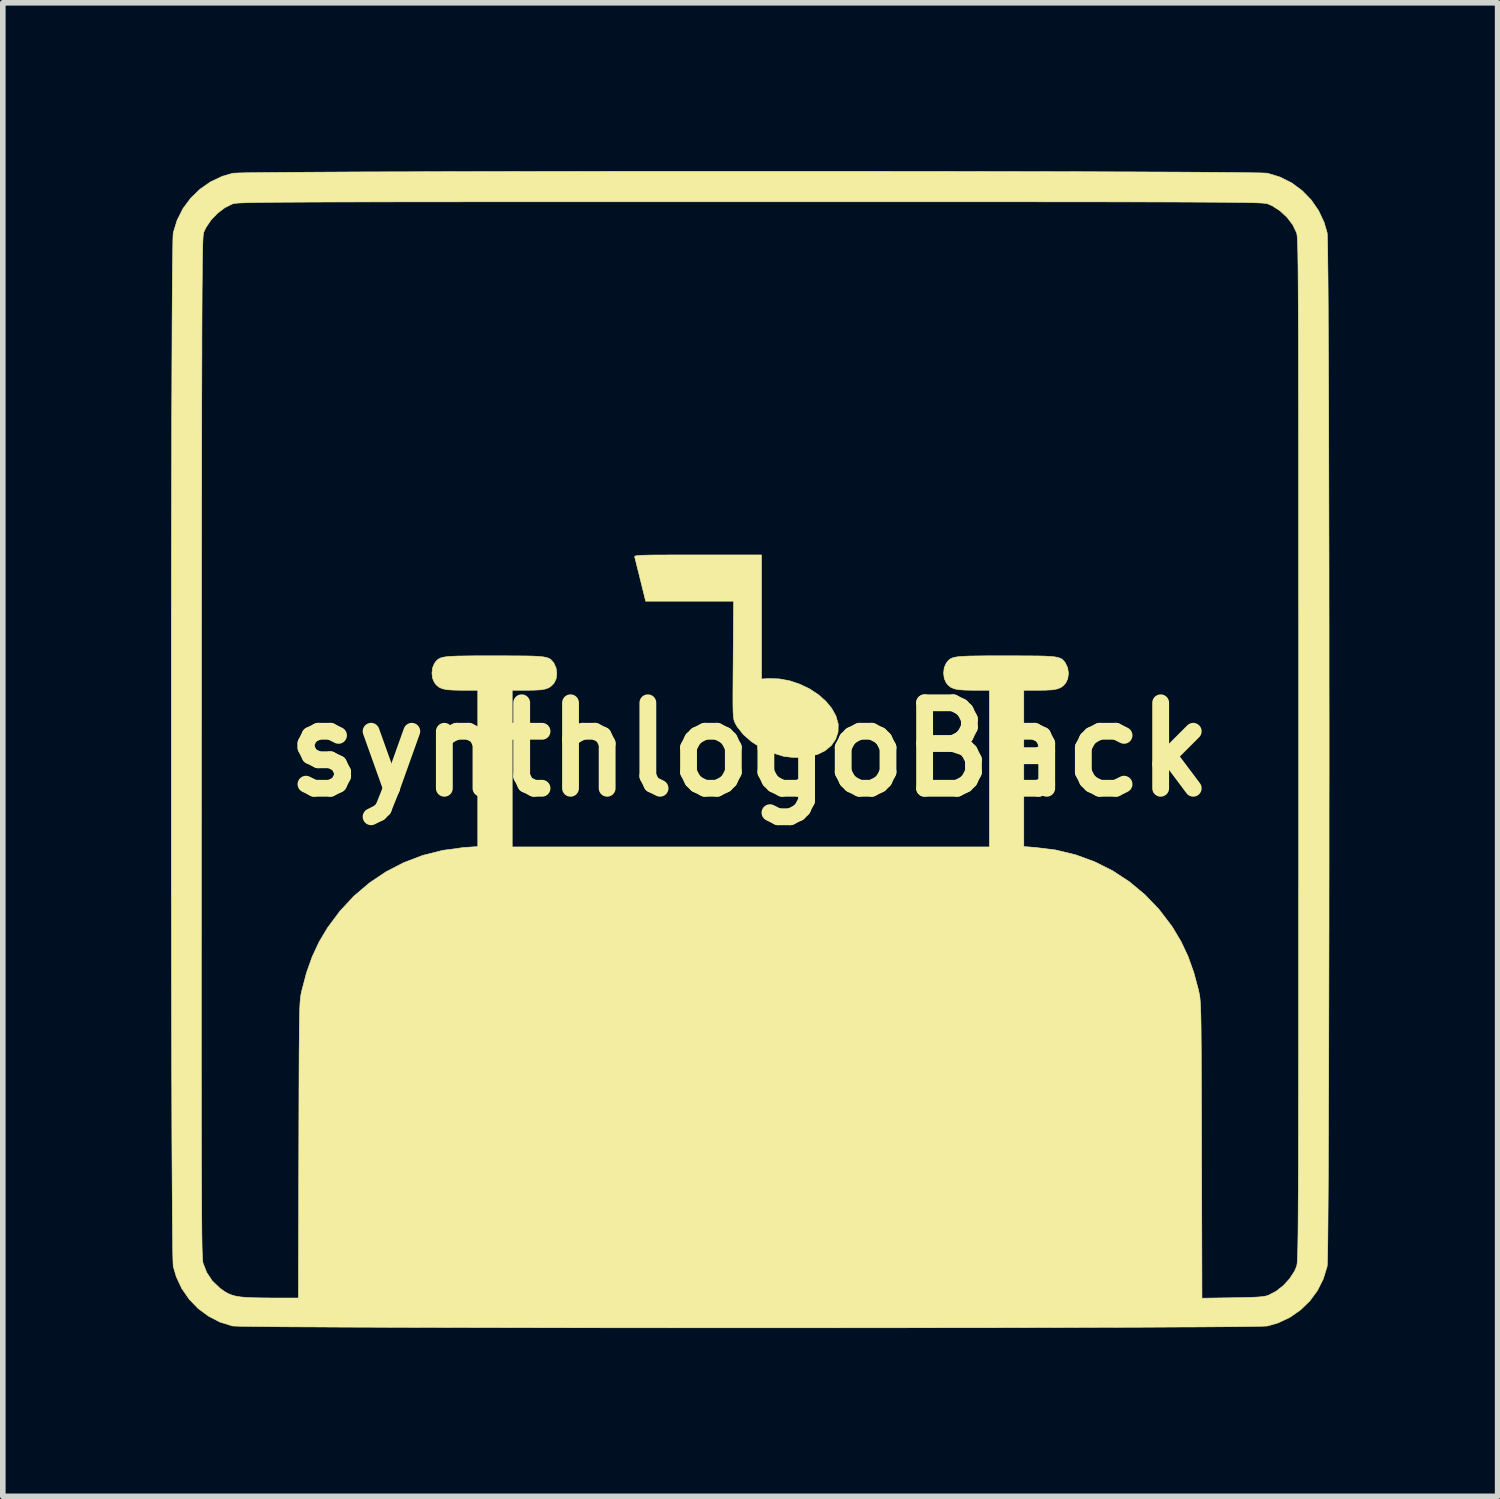
<source format=kicad_pcb>
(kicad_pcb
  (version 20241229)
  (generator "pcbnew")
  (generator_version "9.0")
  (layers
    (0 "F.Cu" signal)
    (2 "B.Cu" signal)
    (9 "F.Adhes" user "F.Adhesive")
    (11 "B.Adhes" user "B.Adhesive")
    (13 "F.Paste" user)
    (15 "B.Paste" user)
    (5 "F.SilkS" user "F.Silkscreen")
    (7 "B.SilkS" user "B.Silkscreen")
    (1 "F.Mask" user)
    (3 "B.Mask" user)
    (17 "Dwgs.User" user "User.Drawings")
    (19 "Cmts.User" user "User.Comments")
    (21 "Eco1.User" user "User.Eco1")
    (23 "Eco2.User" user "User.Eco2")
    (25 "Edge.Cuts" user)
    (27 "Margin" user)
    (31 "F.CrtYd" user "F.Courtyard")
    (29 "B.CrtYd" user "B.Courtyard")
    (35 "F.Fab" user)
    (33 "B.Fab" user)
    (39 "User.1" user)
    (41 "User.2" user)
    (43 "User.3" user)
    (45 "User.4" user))
  (footprint "synthlogoBack"
    (layer "F.Cu")
    (at 10.316 10.316)
    (property "Reference" "synthlogoBack" (at 0 0 0) (layer "F.SilkS") (effects (font (size 1.524 1.524) (thickness 0.3))))
    (attr through_hole)
    (fp_poly (pts (xy 0.212 -2.365) (xy 0.212 -1.259) (xy 0.34 -1.267) (xy 0.527 -1.261) (xy 0.715 -1.227) (xy 0.896 -1.166) (xy 1.068 -1.084) (xy 1.223 -0.982) (xy 1.357 -0.865) (xy 1.464 -0.736) (xy 1.54 -0.598) (xy 1.58 -0.455) (xy 1.58 -0.448) (xy 1.577 -0.311) (xy 1.534 -0.184) (xy 1.456 -0.072) (xy 1.345 0.02) (xy 1.217 0.083) (xy 1.085 0.118) (xy 0.93 0.138) (xy 0.772 0.139) (xy 0.627 0.123) (xy 0.603 0.118) (xy 0.396 0.055) (xy 0.204 -0.033) (xy 0.033 -0.142) (xy -0.11 -0.268) (xy -0.22 -0.406) (xy -0.254 -0.465) (xy -0.264 -0.487) (xy -0.273 -0.508) (xy -0.28 -0.534) (xy -0.286 -0.567) (xy -0.29 -0.611) (xy -0.294 -0.671) (xy -0.296 -0.75) (xy -0.297 -0.852) (xy -0.297 -0.981) (xy -0.296 -1.14) (xy -0.295 -1.333) (xy -0.293 -1.564) (xy -0.293 -1.601) (xy -0.286 -2.646) (xy -1.07 -2.646) (xy -1.853 -2.646) (xy -1.946 -3.022) (xy -1.976 -3.144) (xy -2.004 -3.254) (xy -2.026 -3.344) (xy -2.042 -3.407) (xy -2.049 -3.434) (xy -2.049 -3.442) (xy -2.043 -3.449) (xy -2.027 -3.455) (xy -1.998 -3.459) (xy -1.953 -3.463) (xy -1.889 -3.466) (xy -1.801 -3.468) (xy -1.688 -3.47) (xy -1.545 -3.47) (xy -1.37 -3.471) (xy -1.158 -3.471) (xy -0.923 -3.471) (xy 0.212 -3.471) (xy 0.212 -2.365)) (stroke (width 0.01) (type solid)) (fill yes) (layer "F.SilkS"))
    (fp_poly (pts (xy 0.495 -10.311) (xy 1.038 -10.311) (xy 1.578 -10.311) (xy 2.113 -10.311) (xy 2.641 -10.31) (xy 3.161 -10.31) (xy 3.671 -10.309) (xy 4.169 -10.308) (xy 4.655 -10.307) (xy 5.125 -10.306) (xy 5.578 -10.305) (xy 6.013 -10.304) (xy 6.428 -10.302) (xy 6.822 -10.301) (xy 7.192 -10.299) (xy 7.537 -10.298) (xy 7.855 -10.296) (xy 8.144 -10.294) (xy 8.404 -10.292) (xy 8.631 -10.29) (xy 8.825 -10.287) (xy 8.984 -10.285) (xy 9.106 -10.283) (xy 9.189 -10.28) (xy 9.232 -10.277) (xy 9.236 -10.277) (xy 9.46 -10.208) (xy 9.667 -10.104) (xy 9.853 -9.966) (xy 10.014 -9.801) (xy 10.145 -9.611) (xy 10.244 -9.401) (xy 10.298 -9.215) (xy 10.301 -9.181) (xy 10.303 -9.106) (xy 10.306 -8.993) (xy 10.308 -8.842) (xy 10.31 -8.656) (xy 10.313 -8.435) (xy 10.315 -8.183) (xy 10.317 -7.9) (xy 10.318 -7.588) (xy 10.32 -7.249) (xy 10.322 -6.884) (xy 10.323 -6.496) (xy 10.325 -6.085) (xy 10.326 -5.655) (xy 10.327 -5.205) (xy 10.328 -4.738) (xy 10.329 -4.257) (xy 10.33 -3.761) (xy 10.331 -3.254) (xy 10.331 -2.736) (xy 10.332 -2.209) (xy 10.332 -1.676) (xy 10.332 -1.138) (xy 10.333 -0.595) (xy 10.333 -0.052) (xy 10.333 0.492) (xy 10.332 1.035) (xy 10.332 1.574) (xy 10.332 2.109) (xy 10.331 2.637) (xy 10.331 3.156) (xy 10.33 3.666) (xy 10.329 4.164) (xy 10.328 4.648) (xy 10.327 5.118) (xy 10.326 5.571) (xy 10.325 6.005) (xy 10.323 6.42) (xy 10.322 6.812) (xy 10.32 7.181) (xy 10.319 7.525) (xy 10.317 7.843) (xy 10.315 8.131) (xy 10.313 8.39) (xy 10.311 8.616) (xy 10.309 8.809) (xy 10.306 8.967) (xy 10.304 9.088) (xy 10.301 9.17) (xy 10.298 9.212) (xy 10.298 9.215) (xy 10.229 9.439) (xy 10.125 9.646) (xy 9.988 9.832) (xy 9.822 9.992) (xy 9.633 10.124) (xy 9.422 10.223) (xy 9.236 10.277) (xy 9.203 10.279) (xy 9.128 10.282) (xy 9.015 10.284) (xy 8.865 10.287) (xy 8.679 10.289) (xy 8.459 10.291) (xy 8.207 10.293) (xy 7.924 10.295) (xy 7.613 10.296) (xy 7.274 10.298) (xy 6.91 10.3) (xy 6.522 10.301) (xy 6.112 10.302) (xy 5.682 10.304) (xy 5.233 10.305) (xy 4.766 10.306) (xy 4.285 10.307) (xy 3.789 10.307) (xy 3.282 10.308) (xy 2.764 10.309) (xy 2.238 10.309) (xy 1.704 10.309) (xy 1.166 10.31) (xy 0.624 10.31) (xy 0.08 10.31) (xy -0.465 10.31) (xy -1.008 10.31) (xy -1.547 10.309) (xy -2.082 10.309) (xy -2.611 10.309) (xy -3.131 10.308) (xy -3.641 10.307) (xy -4.14 10.306) (xy -4.626 10.305) (xy -5.096 10.304) (xy -5.55 10.303) (xy -5.986 10.302) (xy -6.402 10.301) (xy -6.796 10.299) (xy -7.167 10.298) (xy -7.512 10.296) (xy -7.831 10.294) (xy -8.122 10.293) (xy -8.382 10.291) (xy -8.611 10.288) (xy -8.806 10.286) (xy -8.967 10.284) (xy -9.09 10.282) (xy -9.175 10.279) (xy -9.22 10.277) (xy -9.225 10.276) (xy -9.446 10.207) (xy -9.65 10.101) (xy -9.835 9.964) (xy -9.994 9.798) (xy -10.125 9.608) (xy -10.223 9.399) (xy -10.277 9.215) (xy -10.279 9.181) (xy -10.282 9.106) (xy -10.285 8.993) (xy -10.287 8.842) (xy -10.289 8.656) (xy -10.291 8.435) (xy -10.293 8.183) (xy -10.295 7.9) (xy -10.297 7.588) (xy -10.299 7.249) (xy -10.301 6.884) (xy -10.302 6.496) (xy -10.303 6.085) (xy -10.305 5.655) (xy -10.306 5.205) (xy -10.307 4.814) (xy -9.776 4.814) (xy -9.776 5.262) (xy -9.776 5.678) (xy -9.775 6.064) (xy -9.775 6.42) (xy -9.775 6.748) (xy -9.774 7.048) (xy -9.774 7.323) (xy -9.773 7.573) (xy -9.772 7.799) (xy -9.771 8.003) (xy -9.77 8.185) (xy -9.769 8.348) (xy -9.768 8.491) (xy -9.767 8.617) (xy -9.765 8.726) (xy -9.764 8.82) (xy -9.762 8.899) (xy -9.76 8.965) (xy -9.758 9.02) (xy -9.756 9.064) (xy -9.754 9.098) (xy -9.751 9.124) (xy -9.749 9.142) (xy -9.747 9.153) (xy -9.682 9.321) (xy -9.581 9.473) (xy -9.446 9.603) (xy -9.354 9.668) (xy -9.296 9.7) (xy -9.235 9.725) (xy -9.164 9.745) (xy -9.079 9.759) (xy -8.972 9.768) (xy -8.839 9.774) (xy -8.673 9.777) (xy -8.547 9.778) (xy -8.045 9.779) (xy -8.038 7.138) (xy -8.037 6.75) (xy -8.036 6.401) (xy -8.035 6.09) (xy -8.034 5.814) (xy -8.033 5.571) (xy -8.032 5.358) (xy -8.03 5.174) (xy -8.029 5.016) (xy -8.027 4.881) (xy -8.025 4.767) (xy -8.023 4.672) (xy -8.02 4.593) (xy -8.017 4.528) (xy -8.013 4.475) (xy -8.009 4.432) (xy -8.004 4.395) (xy -7.999 4.363) (xy -7.993 4.333) (xy -7.986 4.303) (xy -7.984 4.294) (xy -7.9 3.976) (xy -7.798 3.69) (xy -7.675 3.427) (xy -7.527 3.179) (xy -7.525 3.176) (xy -7.303 2.878) (xy -7.054 2.611) (xy -6.78 2.378) (xy -6.482 2.178) (xy -6.164 2.014) (xy -5.828 1.886) (xy -5.475 1.797) (xy -5.108 1.747) (xy -5.056 1.743) (xy -4.847 1.729) (xy -4.847 -1.058) (xy -5.138 -1.058) (xy -5.281 -1.061) (xy -5.39 -1.068) (xy -5.471 -1.084) (xy -5.532 -1.109) (xy -5.579 -1.146) (xy -5.618 -1.192) (xy -5.652 -1.269) (xy -5.664 -1.363) (xy -5.653 -1.458) (xy -5.62 -1.536) (xy -5.618 -1.538) (xy -5.595 -1.57) (xy -5.571 -1.596) (xy -5.544 -1.617) (xy -5.509 -1.634) (xy -5.462 -1.647) (xy -5.399 -1.657) (xy -5.317 -1.663) (xy -5.211 -1.668) (xy -5.077 -1.67) (xy -4.912 -1.672) (xy -4.711 -1.672) (xy -4.555 -1.672) (xy -4.327 -1.672) (xy -4.138 -1.671) (xy -3.982 -1.67) (xy -3.857 -1.667) (xy -3.759 -1.661) (xy -3.683 -1.654) (xy -3.626 -1.643) (xy -3.584 -1.629) (xy -3.552 -1.612) (xy -3.527 -1.589) (xy -3.505 -1.562) (xy -3.49 -1.542) (xy -3.451 -1.457) (xy -3.438 -1.358) (xy -3.45 -1.262) (xy -3.483 -1.192) (xy -3.527 -1.142) (xy -3.577 -1.105) (xy -3.641 -1.081) (xy -3.727 -1.066) (xy -3.842 -1.06) (xy -3.953 -1.058) (xy -4.233 -1.058) (xy -4.233 1.736) (xy 4.276 1.736) (xy 4.276 -1.058) (xy 3.985 -1.058) (xy 3.841 -1.061) (xy 3.733 -1.068) (xy 3.652 -1.084) (xy 3.591 -1.109) (xy 3.543 -1.146) (xy 3.505 -1.192) (xy 3.471 -1.269) (xy 3.459 -1.363) (xy 3.47 -1.458) (xy 3.503 -1.536) (xy 3.505 -1.538) (xy 3.528 -1.57) (xy 3.552 -1.596) (xy 3.579 -1.617) (xy 3.614 -1.634) (xy 3.661 -1.647) (xy 3.723 -1.657) (xy 3.806 -1.663) (xy 3.912 -1.668) (xy 4.045 -1.67) (xy 4.211 -1.672) (xy 4.412 -1.672) (xy 4.567 -1.672) (xy 4.795 -1.672) (xy 4.985 -1.671) (xy 5.141 -1.67) (xy 5.265 -1.667) (xy 5.364 -1.661) (xy 5.439 -1.654) (xy 5.497 -1.643) (xy 5.539 -1.629) (xy 5.571 -1.612) (xy 5.596 -1.589) (xy 5.618 -1.562) (xy 5.632 -1.542) (xy 5.672 -1.457) (xy 5.685 -1.358) (xy 5.672 -1.262) (xy 5.639 -1.192) (xy 5.596 -1.142) (xy 5.546 -1.105) (xy 5.481 -1.081) (xy 5.396 -1.066) (xy 5.281 -1.06) (xy 5.17 -1.058) (xy 4.889 -1.058) (xy 4.889 1.729) (xy 5.09 1.744) (xy 5.459 1.79) (xy 5.814 1.876) (xy 6.153 2) (xy 6.473 2.16) (xy 6.773 2.357) (xy 7.049 2.587) (xy 7.301 2.85) (xy 7.526 3.145) (xy 7.546 3.176) (xy 7.694 3.424) (xy 7.818 3.687) (xy 7.92 3.973) (xy 8.005 4.29) (xy 8.005 4.294) (xy 8.012 4.324) (xy 8.018 4.354) (xy 8.024 4.385) (xy 8.029 4.42) (xy 8.033 4.462) (xy 8.037 4.512) (xy 8.04 4.573) (xy 8.043 4.647) (xy 8.046 4.737) (xy 8.048 4.845) (xy 8.05 4.974) (xy 8.051 5.125) (xy 8.053 5.301) (xy 8.054 5.505) (xy 8.055 5.739) (xy 8.056 6.005) (xy 8.057 6.305) (xy 8.058 6.643) (xy 8.059 7.019) (xy 8.059 7.14) (xy 8.066 9.782) (xy 8.61 9.774) (xy 8.785 9.771) (xy 8.924 9.767) (xy 9.031 9.763) (xy 9.112 9.757) (xy 9.172 9.75) (xy 9.218 9.74) (xy 9.25 9.73) (xy 9.387 9.659) (xy 9.517 9.557) (xy 9.63 9.433) (xy 9.718 9.298) (xy 9.752 9.218) (xy 9.755 9.208) (xy 9.758 9.195) (xy 9.761 9.177) (xy 9.764 9.154) (xy 9.766 9.124) (xy 9.768 9.086) (xy 9.77 9.039) (xy 9.772 8.982) (xy 9.774 8.913) (xy 9.776 8.831) (xy 9.777 8.736) (xy 9.779 8.626) (xy 9.78 8.499) (xy 9.781 8.355) (xy 9.782 8.192) (xy 9.783 8.009) (xy 9.784 7.806) (xy 9.785 7.58) (xy 9.786 7.331) (xy 9.786 7.057) (xy 9.787 6.758) (xy 9.787 6.431) (xy 9.788 6.077) (xy 9.788 5.693) (xy 9.789 5.279) (xy 9.789 4.833) (xy 9.789 4.354) (xy 9.789 3.841) (xy 9.789 3.293) (xy 9.789 2.709) (xy 9.79 2.086) (xy 9.79 1.426) (xy 9.79 0.725) (xy 9.79 0) (xy 9.79 -0.741) (xy 9.79 -1.441) (xy 9.79 -2.101) (xy 9.789 -2.722) (xy 9.789 -3.306) (xy 9.789 -3.853) (xy 9.789 -4.366) (xy 9.789 -4.844) (xy 9.789 -5.289) (xy 9.788 -5.702) (xy 9.788 -6.085) (xy 9.787 -6.439) (xy 9.787 -6.765) (xy 9.786 -7.064) (xy 9.786 -7.337) (xy 9.785 -7.585) (xy 9.784 -7.811) (xy 9.783 -8.014) (xy 9.782 -8.196) (xy 9.781 -8.358) (xy 9.78 -8.502) (xy 9.779 -8.628) (xy 9.777 -8.738) (xy 9.776 -8.833) (xy 9.774 -8.915) (xy 9.772 -8.983) (xy 9.77 -9.04) (xy 9.768 -9.087) (xy 9.766 -9.125) (xy 9.763 -9.155) (xy 9.761 -9.178) (xy 9.758 -9.195) (xy 9.755 -9.208) (xy 9.752 -9.218) (xy 9.684 -9.358) (xy 9.583 -9.491) (xy 9.459 -9.606) (xy 9.322 -9.695) (xy 9.239 -9.731) (xy 9.229 -9.734) (xy 9.216 -9.737) (xy 9.198 -9.74) (xy 9.175 -9.742) (xy 9.145 -9.745) (xy 9.107 -9.747) (xy 9.06 -9.749) (xy 9.003 -9.751) (xy 8.934 -9.753) (xy 8.853 -9.755) (xy 8.757 -9.756) (xy 8.647 -9.757) (xy 8.52 -9.759) (xy 8.376 -9.76) (xy 8.214 -9.761) (xy 8.031 -9.762) (xy 7.828 -9.763) (xy 7.602 -9.764) (xy 7.353 -9.765) (xy 7.079 -9.765) (xy 6.78 -9.766) (xy 6.454 -9.766) (xy 6.1 -9.767) (xy 5.716 -9.767) (xy 5.302 -9.767) (xy 4.856 -9.768) (xy 4.378 -9.768) (xy 3.865 -9.768) (xy 3.317 -9.768) (xy 2.733 -9.768) (xy 2.111 -9.768) (xy 1.451 -9.768) (xy 0.75 -9.768) (xy 0.011 -9.768) (xy -0.731 -9.768) (xy -1.431 -9.768) (xy -2.092 -9.768) (xy -2.714 -9.768) (xy -3.298 -9.768) (xy -3.845 -9.768) (xy -4.358 -9.768) (xy -4.836 -9.768) (xy -5.282 -9.767) (xy -5.696 -9.767) (xy -6.08 -9.767) (xy -6.434 -9.766) (xy -6.76 -9.766) (xy -7.059 -9.765) (xy -7.333 -9.765) (xy -7.581 -9.764) (xy -7.807 -9.763) (xy -8.01 -9.762) (xy -8.193 -9.761) (xy -8.356 -9.76) (xy -8.5 -9.759) (xy -8.626 -9.757) (xy -8.737 -9.756) (xy -8.832 -9.754) (xy -8.913 -9.753) (xy -8.982 -9.751) (xy -9.039 -9.749) (xy -9.086 -9.747) (xy -9.124 -9.745) (xy -9.154 -9.742) (xy -9.177 -9.74) (xy -9.195 -9.737) (xy -9.208 -9.734) (xy -9.218 -9.731) (xy -9.355 -9.664) (xy -9.487 -9.564) (xy -9.604 -9.442) (xy -9.695 -9.306) (xy -9.731 -9.229) (xy -9.734 -9.219) (xy -9.737 -9.207) (xy -9.74 -9.19) (xy -9.742 -9.168) (xy -9.745 -9.139) (xy -9.747 -9.102) (xy -9.749 -9.056) (xy -9.751 -9) (xy -9.753 -8.932) (xy -9.755 -8.851) (xy -9.756 -8.757) (xy -9.758 -8.647) (xy -9.759 -8.521) (xy -9.76 -8.378) (xy -9.762 -8.216) (xy -9.763 -8.034) (xy -9.764 -7.832) (xy -9.765 -7.607) (xy -9.766 -7.359) (xy -9.766 -7.086) (xy -9.767 -6.787) (xy -9.768 -6.462) (xy -9.769 -6.108) (xy -9.769 -5.725) (xy -9.77 -5.312) (xy -9.77 -4.867) (xy -9.771 -4.389) (xy -9.771 -3.877) (xy -9.772 -3.329) (xy -9.772 -2.745) (xy -9.773 -2.124) (xy -9.773 -1.464) (xy -9.773 -0.763) (xy -9.774 -0.054) (xy -9.774 0.691) (xy -9.775 1.394) (xy -9.775 2.057) (xy -9.775 2.681) (xy -9.775 3.268) (xy -9.776 3.819) (xy -9.776 4.334) (xy -9.776 4.814) (xy -10.307 4.814) (xy -10.307 4.738) (xy -10.308 4.257) (xy -10.309 3.761) (xy -10.309 3.254) (xy -10.31 2.736) (xy -10.311 2.209) (xy -10.311 1.676) (xy -10.311 1.138) (xy -10.311 0.595) (xy -10.311 0.052) (xy -10.311 -0.492) (xy -10.311 -1.035) (xy -10.311 -1.574) (xy -10.311 -2.109) (xy -10.31 -2.637) (xy -10.31 -3.156) (xy -10.309 -3.666) (xy -10.308 -4.164) (xy -10.307 -4.648) (xy -10.306 -5.118) (xy -10.305 -5.571) (xy -10.304 -6.005) (xy -10.302 -6.42) (xy -10.301 -6.812) (xy -10.299 -7.181) (xy -10.298 -7.525) (xy -10.296 -7.843) (xy -10.294 -8.131) (xy -10.292 -8.39) (xy -10.29 -8.616) (xy -10.287 -8.809) (xy -10.285 -8.967) (xy -10.283 -9.088) (xy -10.28 -9.17) (xy -10.277 -9.212) (xy -10.277 -9.215) (xy -10.208 -9.439) (xy -10.104 -9.646) (xy -9.966 -9.832) (xy -9.801 -9.992) (xy -9.611 -10.124) (xy -9.401 -10.223) (xy -9.215 -10.277) (xy -9.181 -10.279) (xy -9.106 -10.282) (xy -8.993 -10.285) (xy -8.842 -10.287) (xy -8.656 -10.289) (xy -8.435 -10.291) (xy -8.183 -10.293) (xy -7.9 -10.295) (xy -7.588 -10.297) (xy -7.248 -10.299) (xy -6.884 -10.301) (xy -6.496 -10.302) (xy -6.085 -10.303) (xy -5.654 -10.305) (xy -5.205 -10.306) (xy -4.738 -10.307) (xy -4.256 -10.308) (xy -3.76 -10.309) (xy -3.253 -10.309) (xy -2.735 -10.31) (xy -2.208 -10.311) (xy -1.674 -10.311) (xy -1.136 -10.311) (xy -0.593 -10.311) (xy -0.049 -10.311) (xy 0.495 -10.311)) (stroke (width 0.01) (type solid)) (fill yes) (layer "F.SilkS")))
  (gr_rect
    (start -3 -3)
    (end 23.654 23.631)
    (stroke (width 0.1) (type default))
    (fill no)
    (layer "Edge.Cuts")))
</source>
